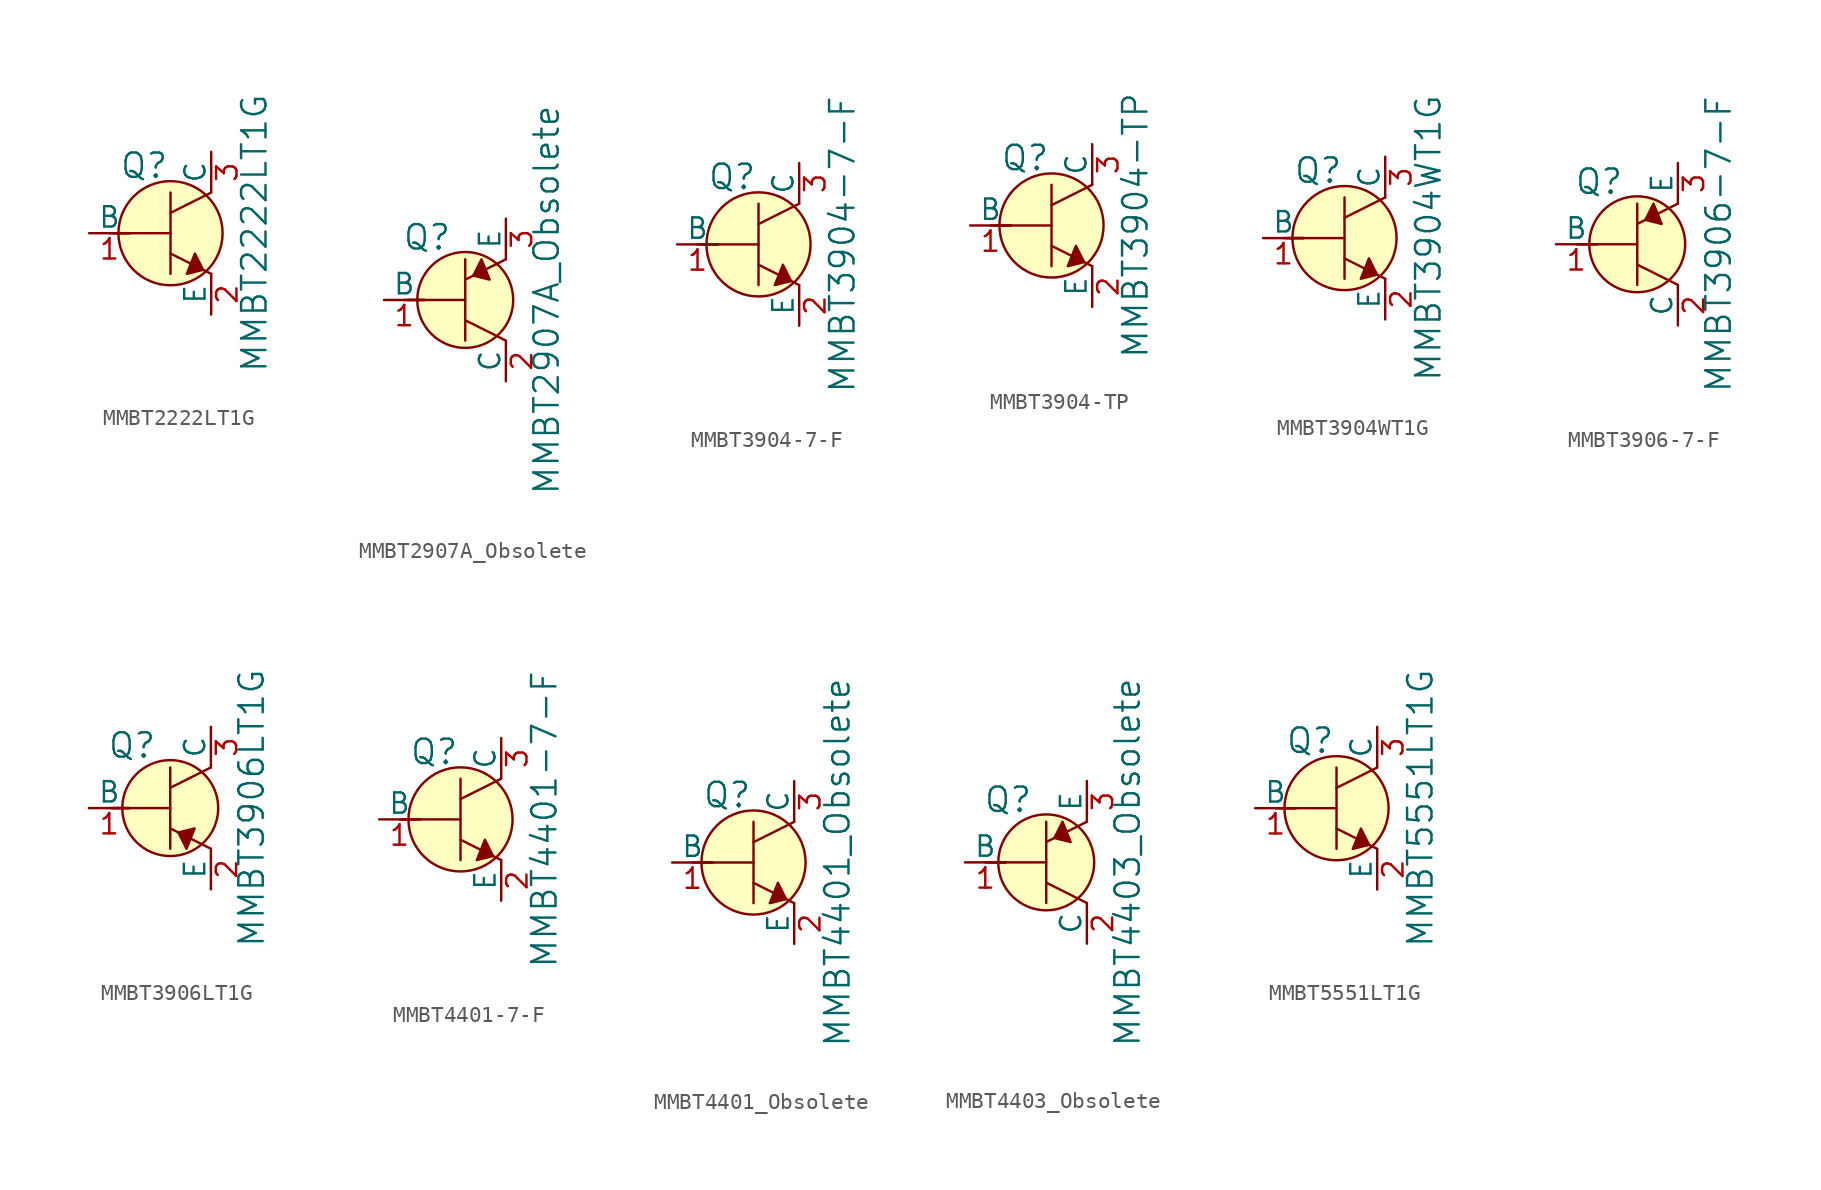
<source format=kicad_sym>
(kicad_symbol_lib
  (version 20201005)
  (generator kicad_symbol_editor)
  (symbol "MMBT2222LT1G"
    (pin_names
      (offset 0))
    (property "Reference" "Q"
      (at -3.2 4.216 0)
      (effects (font (size 1.524 1.524)) (justify left)))
    (property "Value" "MMBT2222LT1G"
      (at 5.232 0 90)
      (effects (font (size 1.524 1.524))))
    (symbol "MMBT2222LT1G_0_1"
      (circle (center 0 0) (radius 3.251) (stroke (width 0)) (fill (type background)))
      (polyline (pts (xy -3.81 0) (xy -2.54 0)) (stroke (width 0)) (fill (type none)))
      (polyline (pts (xy -3.556 0) (xy 0 0)) (stroke (width 0)) (fill (type none)))
      (polyline (pts (xy 0 -1.27) (xy 2.54 -2.54)) (stroke (width 0)) (fill (type none)))
      (polyline (pts (xy 0 1.27) (xy 2.54 2.54)) (stroke (width 0)) (fill (type none)))
      (polyline (pts (xy 0 2.54) (xy 0 -2.54)) (stroke (width 0)) (fill (type none)))
      (polyline (pts (xy 1.524 -1.27) (xy 2.032 -2.286) (xy 1.016 -2.54) (xy 1.524 -1.27)) (stroke (width 0)) (fill (type outline))))
    (symbol "MMBT2222LT1G_1_1"
      (pin input line (at -5.08 0 0) (length 2.54) (name "B" (effects (font (size 1.27 1.27)))) (number "1" (effects (font (size 1.27 1.27)))))
      (pin passive line (at 2.54 -5.08 90) (length 2.54) (name "E" (effects (font (size 1.27 1.27)))) (number "2" (effects (font (size 1.27 1.27)))))
      (pin passive line (at 2.54 5.08 270) (length 2.54) (name "C" (effects (font (size 1.27 1.27)))) (number "3" (effects (font (size 1.27 1.27)))))))
  (symbol "MMBT2907A_Obsolete"
    (pin_names
      (offset 0))
    (property "Reference" "Q"
      (at -2.388 3.912 0)
      (effects (font (size 1.524 1.524))))
    (property "Value" "MMBT2907A_Obsolete"
      (at 5.08 0 90)
      (effects (font (size 1.524 1.524))))
    (symbol "MMBT2907A_Obsolete_0_1"
      (circle (center 0 0) (radius 2.997) (stroke (width 0)) (fill (type background)))
      (polyline (pts (xy -3.81 0) (xy -2.54 0)) (stroke (width 0)) (fill (type none)))
      (polyline (pts (xy -3.556 0) (xy 0 0)) (stroke (width 0)) (fill (type none)))
      (polyline (pts (xy 0 -1.27) (xy 2.54 -2.54)) (stroke (width 0)) (fill (type none)))
      (polyline (pts (xy 0 1.27) (xy 2.54 2.54)) (stroke (width 0)) (fill (type none)))
      (polyline (pts (xy 0 2.54) (xy 0 -2.54)) (stroke (width 0)) (fill (type none)))
      (polyline (pts (xy 1.016 2.54) (xy 0.508 1.524) (xy 1.524 1.27) (xy 1.016 2.54)) (stroke (width 0)) (fill (type outline))))
    (symbol "MMBT2907A_Obsolete_1_1"
      (pin input line (at -5.08 0 0) (length 2.54) (name "B" (effects (font (size 1.27 1.27)))) (number "1" (effects (font (size 1.27 1.27)))))
      (pin passive line (at 2.54 -5.08 90) (length 2.54) (name "C" (effects (font (size 1.27 1.27)))) (number "2" (effects (font (size 1.27 1.27)))))
      (pin passive line (at 2.54 5.08 270) (length 2.54) (name "E" (effects (font (size 1.27 1.27)))) (number "3" (effects (font (size 1.27 1.27)))))))
  (symbol "MMBT3904-7-F"
    (pin_names
      (offset 0))
    (property "Reference" "Q"
      (at -3.2 4.216 0)
      (effects (font (size 1.524 1.524)) (justify left)))
    (property "Value" "MMBT3904-7-F"
      (at 5.232 0 90)
      (effects (font (size 1.524 1.524))))
    (symbol "MMBT3904-7-F_0_1"
      (circle (center 0 0) (radius 3.251) (stroke (width 0)) (fill (type background)))
      (polyline (pts (xy -3.81 0) (xy -2.54 0)) (stroke (width 0)) (fill (type none)))
      (polyline (pts (xy -3.556 0) (xy 0 0)) (stroke (width 0)) (fill (type none)))
      (polyline (pts (xy 0 -1.27) (xy 2.54 -2.54)) (stroke (width 0)) (fill (type none)))
      (polyline (pts (xy 0 1.27) (xy 2.54 2.54)) (stroke (width 0)) (fill (type none)))
      (polyline (pts (xy 0 2.54) (xy 0 -2.54)) (stroke (width 0)) (fill (type none)))
      (polyline (pts (xy 1.524 -1.27) (xy 2.032 -2.286) (xy 1.016 -2.54) (xy 1.524 -1.27)) (stroke (width 0)) (fill (type outline))))
    (symbol "MMBT3904-7-F_1_1"
      (pin input line (at -5.08 0 0) (length 2.54) (name "B" (effects (font (size 1.27 1.27)))) (number "1" (effects (font (size 1.27 1.27)))))
      (pin passive line (at 2.54 -5.08 90) (length 2.54) (name "E" (effects (font (size 1.27 1.27)))) (number "2" (effects (font (size 1.27 1.27)))))
      (pin passive line (at 2.54 5.08 270) (length 2.54) (name "C" (effects (font (size 1.27 1.27)))) (number "3" (effects (font (size 1.27 1.27)))))))
  (symbol "MMBT3904-TP"
    (pin_names
      (offset 0))
    (property "Reference" "Q"
      (at -3.2 4.216 0)
      (effects (font (size 1.524 1.524)) (justify left)))
    (property "Value" "MMBT3904-TP"
      (at 5.232 0 90)
      (effects (font (size 1.524 1.524))))
    (symbol "MMBT3904-TP_0_1"
      (circle (center 0 0) (radius 3.251) (stroke (width 0)) (fill (type background)))
      (polyline (pts (xy -3.81 0) (xy -2.54 0)) (stroke (width 0)) (fill (type none)))
      (polyline (pts (xy -3.556 0) (xy 0 0)) (stroke (width 0)) (fill (type none)))
      (polyline (pts (xy 0 -1.27) (xy 2.54 -2.54)) (stroke (width 0)) (fill (type none)))
      (polyline (pts (xy 0 1.27) (xy 2.54 2.54)) (stroke (width 0)) (fill (type none)))
      (polyline (pts (xy 0 2.54) (xy 0 -2.54)) (stroke (width 0)) (fill (type none)))
      (polyline (pts (xy 1.524 -1.27) (xy 2.032 -2.286) (xy 1.016 -2.54) (xy 1.524 -1.27)) (stroke (width 0)) (fill (type outline))))
    (symbol "MMBT3904-TP_1_1"
      (pin input line (at -5.08 0 0) (length 2.54) (name "B" (effects (font (size 1.27 1.27)))) (number "1" (effects (font (size 1.27 1.27)))))
      (pin passive line (at 2.54 -5.08 90) (length 2.54) (name "E" (effects (font (size 1.27 1.27)))) (number "2" (effects (font (size 1.27 1.27)))))
      (pin passive line (at 2.54 5.08 270) (length 2.54) (name "C" (effects (font (size 1.27 1.27)))) (number "3" (effects (font (size 1.27 1.27)))))))
  (symbol "MMBT3904WT1G"
    (pin_names
      (offset 0))
    (property "Reference" "Q"
      (at -3.2 4.216 0)
      (effects (font (size 1.524 1.524)) (justify left)))
    (property "Value" "MMBT3904WT1G"
      (at 5.232 0 90)
      (effects (font (size 1.524 1.524))))
    (symbol "MMBT3904WT1G_0_1"
      (circle (center 0 0) (radius 3.251) (stroke (width 0)) (fill (type background)))
      (polyline (pts (xy -3.81 0) (xy -2.54 0)) (stroke (width 0)) (fill (type none)))
      (polyline (pts (xy -3.556 0) (xy 0 0)) (stroke (width 0)) (fill (type none)))
      (polyline (pts (xy 0 -1.27) (xy 2.54 -2.54)) (stroke (width 0)) (fill (type none)))
      (polyline (pts (xy 0 1.27) (xy 2.54 2.54)) (stroke (width 0)) (fill (type none)))
      (polyline (pts (xy 0 2.54) (xy 0 -2.54)) (stroke (width 0)) (fill (type none)))
      (polyline (pts (xy 1.524 -1.27) (xy 2.032 -2.286) (xy 1.016 -2.54) (xy 1.524 -1.27)) (stroke (width 0)) (fill (type outline))))
    (symbol "MMBT3904WT1G_1_1"
      (pin input line (at -5.08 0 0) (length 2.54) (name "B" (effects (font (size 1.27 1.27)))) (number "1" (effects (font (size 1.27 1.27)))))
      (pin passive line (at 2.54 -5.08 90) (length 2.54) (name "E" (effects (font (size 1.27 1.27)))) (number "2" (effects (font (size 1.27 1.27)))))
      (pin passive line (at 2.54 5.08 270) (length 2.54) (name "C" (effects (font (size 1.27 1.27)))) (number "3" (effects (font (size 1.27 1.27)))))))
  (symbol "MMBT3906-7-F"
    (pin_names
      (offset 0))
    (property "Reference" "Q"
      (at -2.388 3.912 0)
      (effects (font (size 1.524 1.524))))
    (property "Value" "MMBT3906-7-F"
      (at 5.08 0 90)
      (effects (font (size 1.524 1.524))))
    (symbol "MMBT3906-7-F_0_1"
      (circle (center 0 0) (radius 2.997) (stroke (width 0)) (fill (type background)))
      (polyline (pts (xy -3.81 0) (xy -2.54 0)) (stroke (width 0)) (fill (type none)))
      (polyline (pts (xy -3.556 0) (xy 0 0)) (stroke (width 0)) (fill (type none)))
      (polyline (pts (xy 0 -1.27) (xy 2.54 -2.54)) (stroke (width 0)) (fill (type none)))
      (polyline (pts (xy 0 1.27) (xy 2.54 2.54)) (stroke (width 0)) (fill (type none)))
      (polyline (pts (xy 0 2.54) (xy 0 -2.54)) (stroke (width 0)) (fill (type none)))
      (polyline (pts (xy 1.016 2.54) (xy 0.508 1.524) (xy 1.524 1.27) (xy 1.016 2.54)) (stroke (width 0)) (fill (type outline))))
    (symbol "MMBT3906-7-F_1_1"
      (pin input line (at -5.08 0 0) (length 2.54) (name "B" (effects (font (size 1.27 1.27)))) (number "1" (effects (font (size 1.27 1.27)))))
      (pin passive line (at 2.54 -5.08 90) (length 2.54) (name "C" (effects (font (size 1.27 1.27)))) (number "2" (effects (font (size 1.27 1.27)))))
      (pin passive line (at 2.54 5.08 270) (length 2.54) (name "E" (effects (font (size 1.27 1.27)))) (number "3" (effects (font (size 1.27 1.27)))))))
  (symbol "MMBT3906LT1G"
    (pin_names
      (offset 0))
    (property "Reference" "Q"
      (at -2.388 3.912 0)
      (effects (font (size 1.524 1.524))))
    (property "Value" "MMBT3906LT1G"
      (at 5.08 0 90)
      (effects (font (size 1.524 1.524))))
    (symbol "MMBT3906LT1G_0_1"
      (circle (center 0 0) (radius 2.997) (stroke (width 0)) (fill (type background)))
      (polyline (pts (xy -3.81 0) (xy -2.54 0)) (stroke (width 0)) (fill (type none)))
      (polyline (pts (xy -3.556 0) (xy 0 0)) (stroke (width 0)) (fill (type none)))
      (polyline (pts (xy 0 -2.54) (xy 0 2.54)) (stroke (width 0)) (fill (type none)))
      (polyline (pts (xy 0 -1.27) (xy 2.54 -2.54)) (stroke (width 0)) (fill (type none)))
      (polyline (pts (xy 0 1.27) (xy 2.54 2.54)) (stroke (width 0)) (fill (type none)))
      (polyline (pts (xy 1.016 -2.54) (xy 0.508 -1.524) (xy 1.524 -1.27) (xy 1.016 -2.54)) (stroke (width 0)) (fill (type outline))))
    (symbol "MMBT3906LT1G_1_1"
      (pin input line (at -5.08 0 0) (length 2.54) (name "B" (effects (font (size 1.27 1.27)))) (number "1" (effects (font (size 1.27 1.27)))))
      (pin passive line (at 2.54 -5.08 90) (length 2.54) (name "E" (effects (font (size 1.27 1.27)))) (number "2" (effects (font (size 1.27 1.27)))))
      (pin passive line (at 2.54 5.08 270) (length 2.54) (name "C" (effects (font (size 1.27 1.27)))) (number "3" (effects (font (size 1.27 1.27)))))))
  (symbol "MMBT4401-7-F"
    (pin_names
      (offset 0))
    (property "Reference" "Q"
      (at -3.2 4.216 0)
      (effects (font (size 1.524 1.524)) (justify left)))
    (property "Value" "MMBT4401-7-F"
      (at 5.232 0 90)
      (effects (font (size 1.524 1.524))))
    (symbol "MMBT4401-7-F_0_1"
      (circle (center 0 0) (radius 3.251) (stroke (width 0)) (fill (type background)))
      (polyline (pts (xy -3.81 0) (xy -2.54 0)) (stroke (width 0)) (fill (type none)))
      (polyline (pts (xy -3.556 0) (xy 0 0)) (stroke (width 0)) (fill (type none)))
      (polyline (pts (xy 0 -1.27) (xy 2.54 -2.54)) (stroke (width 0)) (fill (type none)))
      (polyline (pts (xy 0 1.27) (xy 2.54 2.54)) (stroke (width 0)) (fill (type none)))
      (polyline (pts (xy 0 2.54) (xy 0 -2.54)) (stroke (width 0)) (fill (type none)))
      (polyline (pts (xy 1.524 -1.27) (xy 2.032 -2.286) (xy 1.016 -2.54) (xy 1.524 -1.27)) (stroke (width 0)) (fill (type outline))))
    (symbol "MMBT4401-7-F_1_1"
      (pin input line (at -5.08 0 0) (length 2.54) (name "B" (effects (font (size 1.27 1.27)))) (number "1" (effects (font (size 1.27 1.27)))))
      (pin passive line (at 2.54 -5.08 90) (length 2.54) (name "E" (effects (font (size 1.27 1.27)))) (number "2" (effects (font (size 1.27 1.27)))))
      (pin passive line (at 2.54 5.08 270) (length 2.54) (name "C" (effects (font (size 1.27 1.27)))) (number "3" (effects (font (size 1.27 1.27)))))))
  (symbol "MMBT4401_Obsolete"
    (pin_names
      (offset 0))
    (property "Reference" "Q"
      (at -3.2 4.216 0)
      (effects (font (size 1.524 1.524)) (justify left)))
    (property "Value" "MMBT4401_Obsolete"
      (at 5.232 0 90)
      (effects (font (size 1.524 1.524))))
    (symbol "MMBT4401_Obsolete_0_1"
      (circle (center 0 0) (radius 3.251) (stroke (width 0)) (fill (type background)))
      (polyline (pts (xy -3.81 0) (xy -2.54 0)) (stroke (width 0)) (fill (type none)))
      (polyline (pts (xy -3.556 0) (xy 0 0)) (stroke (width 0)) (fill (type none)))
      (polyline (pts (xy 0 -1.27) (xy 2.54 -2.54)) (stroke (width 0)) (fill (type none)))
      (polyline (pts (xy 0 1.27) (xy 2.54 2.54)) (stroke (width 0)) (fill (type none)))
      (polyline (pts (xy 0 2.54) (xy 0 -2.54)) (stroke (width 0)) (fill (type none)))
      (polyline (pts (xy 1.524 -1.27) (xy 2.032 -2.286) (xy 1.016 -2.54) (xy 1.524 -1.27)) (stroke (width 0)) (fill (type outline))))
    (symbol "MMBT4401_Obsolete_1_1"
      (pin input line (at -5.08 0 0) (length 2.54) (name "B" (effects (font (size 1.27 1.27)))) (number "1" (effects (font (size 1.27 1.27)))))
      (pin passive line (at 2.54 -5.08 90) (length 2.54) (name "E" (effects (font (size 1.27 1.27)))) (number "2" (effects (font (size 1.27 1.27)))))
      (pin passive line (at 2.54 5.08 270) (length 2.54) (name "C" (effects (font (size 1.27 1.27)))) (number "3" (effects (font (size 1.27 1.27)))))))
  (symbol "MMBT4403_Obsolete"
    (pin_names
      (offset 0))
    (property "Reference" "Q"
      (at -2.388 3.912 0)
      (effects (font (size 1.524 1.524))))
    (property "Value" "MMBT4403_Obsolete"
      (at 5.08 0 90)
      (effects (font (size 1.524 1.524))))
    (symbol "MMBT4403_Obsolete_0_1"
      (circle (center 0 0) (radius 2.997) (stroke (width 0)) (fill (type background)))
      (polyline (pts (xy -3.81 0) (xy -2.54 0)) (stroke (width 0)) (fill (type none)))
      (polyline (pts (xy -3.556 0) (xy 0 0)) (stroke (width 0)) (fill (type none)))
      (polyline (pts (xy 0 -1.27) (xy 2.54 -2.54)) (stroke (width 0)) (fill (type none)))
      (polyline (pts (xy 0 1.27) (xy 2.54 2.54)) (stroke (width 0)) (fill (type none)))
      (polyline (pts (xy 0 2.54) (xy 0 -2.54)) (stroke (width 0)) (fill (type none)))
      (polyline (pts (xy 1.016 2.54) (xy 0.508 1.524) (xy 1.524 1.27) (xy 1.016 2.54)) (stroke (width 0)) (fill (type outline))))
    (symbol "MMBT4403_Obsolete_1_1"
      (pin input line (at -5.08 0 0) (length 2.54) (name "B" (effects (font (size 1.27 1.27)))) (number "1" (effects (font (size 1.27 1.27)))))
      (pin passive line (at 2.54 -5.08 90) (length 2.54) (name "C" (effects (font (size 1.27 1.27)))) (number "2" (effects (font (size 1.27 1.27)))))
      (pin passive line (at 2.54 5.08 270) (length 2.54) (name "E" (effects (font (size 1.27 1.27)))) (number "3" (effects (font (size 1.27 1.27)))))))
  (symbol "MMBT5551LT1G"
    (pin_names
      (offset 0))
    (property "Reference" "Q"
      (at -3.2 4.216 0)
      (effects (font (size 1.524 1.524)) (justify left)))
    (property "Value" "MMBT5551LT1G"
      (at 5.232 0 90)
      (effects (font (size 1.524 1.524))))
    (symbol "MMBT5551LT1G_0_1"
      (circle (center 0 0) (radius 3.251) (stroke (width 0)) (fill (type background)))
      (polyline (pts (xy -3.81 0) (xy -2.54 0)) (stroke (width 0)) (fill (type none)))
      (polyline (pts (xy -3.556 0) (xy 0 0)) (stroke (width 0)) (fill (type none)))
      (polyline (pts (xy 0 -1.27) (xy 2.54 -2.54)) (stroke (width 0)) (fill (type none)))
      (polyline (pts (xy 0 1.27) (xy 2.54 2.54)) (stroke (width 0)) (fill (type none)))
      (polyline (pts (xy 0 2.54) (xy 0 -2.54)) (stroke (width 0)) (fill (type none)))
      (polyline (pts (xy 1.524 -1.27) (xy 2.032 -2.286) (xy 1.016 -2.54) (xy 1.524 -1.27)) (stroke (width 0)) (fill (type outline))))
    (symbol "MMBT5551LT1G_1_1"
      (pin input line (at -5.08 0 0) (length 2.54) (name "B" (effects (font (size 1.27 1.27)))) (number "1" (effects (font (size 1.27 1.27)))))
      (pin passive line (at 2.54 -5.08 90) (length 2.54) (name "E" (effects (font (size 1.27 1.27)))) (number "2" (effects (font (size 1.27 1.27)))))
      (pin passive line (at 2.54 5.08 270) (length 2.54) (name "C" (effects (font (size 1.27 1.27)))) (number "3" (effects (font (size 1.27 1.27))))))))
</source>
